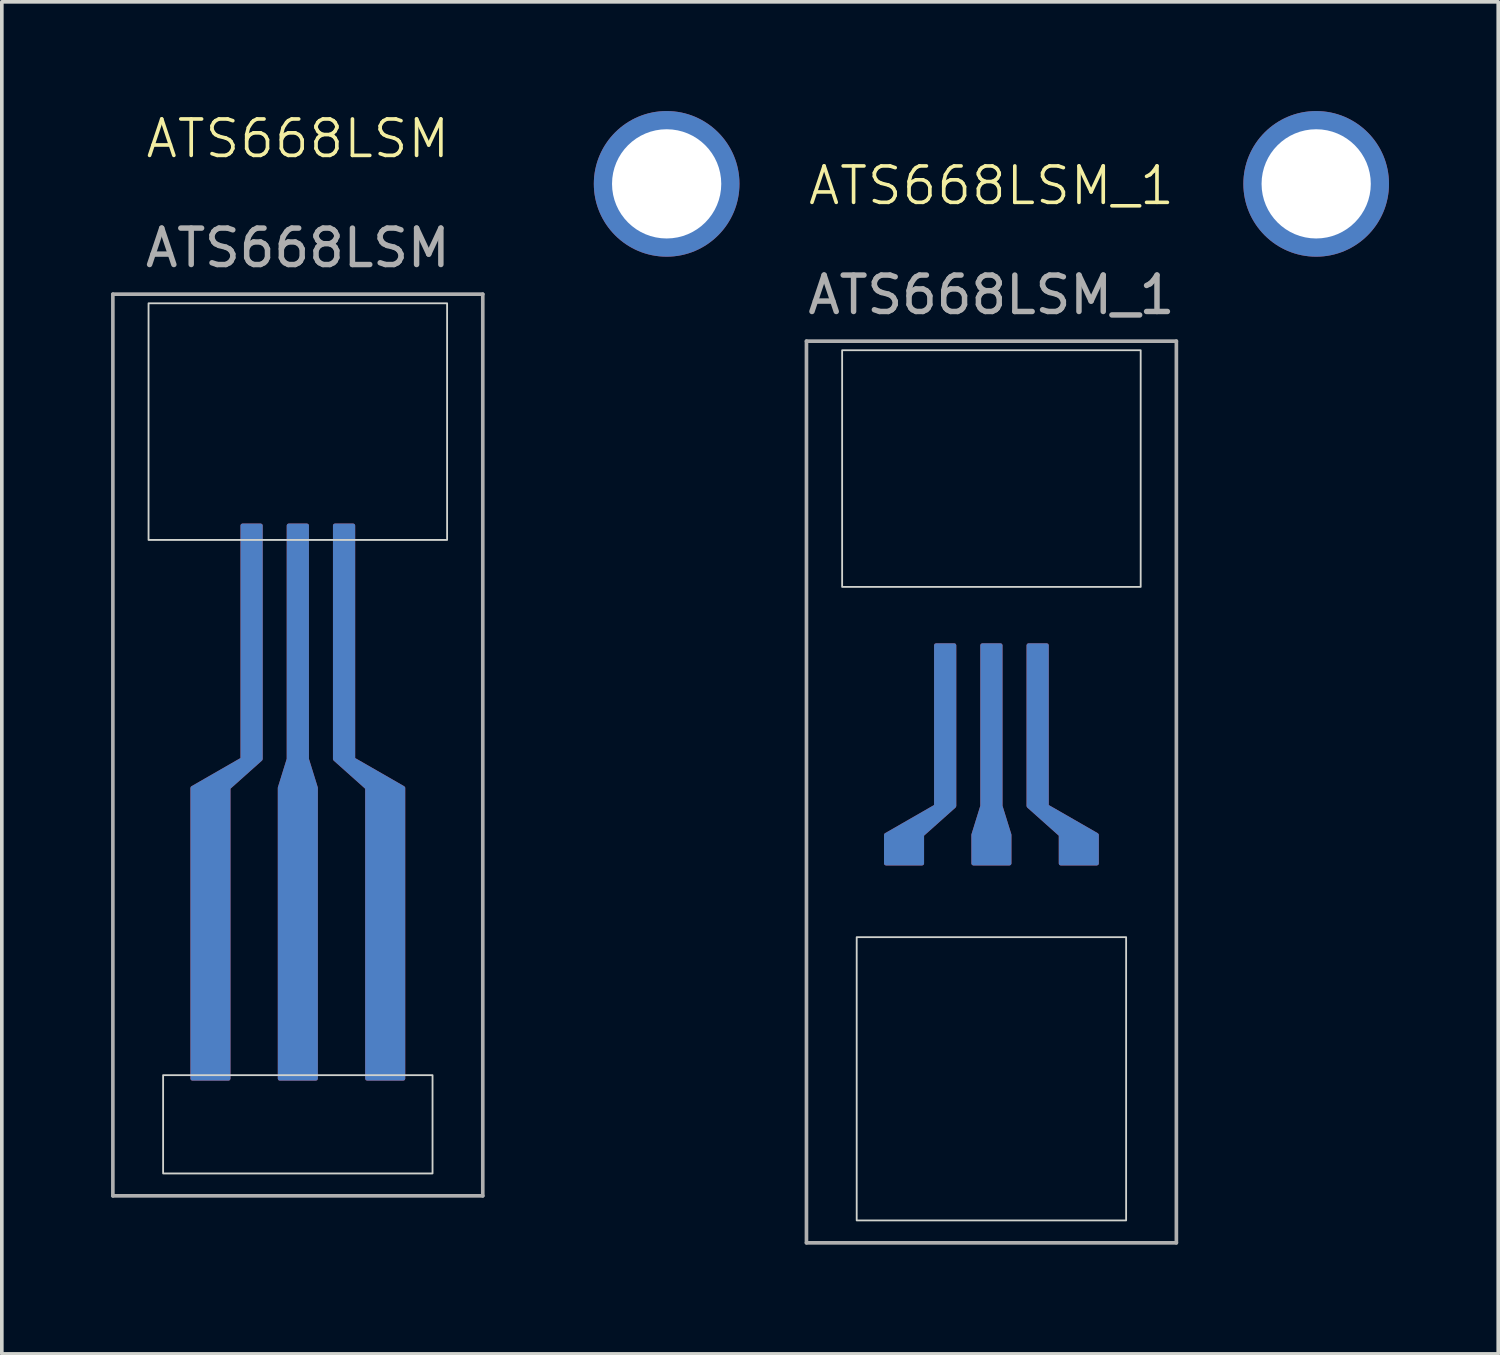
<source format=kicad_pcb>
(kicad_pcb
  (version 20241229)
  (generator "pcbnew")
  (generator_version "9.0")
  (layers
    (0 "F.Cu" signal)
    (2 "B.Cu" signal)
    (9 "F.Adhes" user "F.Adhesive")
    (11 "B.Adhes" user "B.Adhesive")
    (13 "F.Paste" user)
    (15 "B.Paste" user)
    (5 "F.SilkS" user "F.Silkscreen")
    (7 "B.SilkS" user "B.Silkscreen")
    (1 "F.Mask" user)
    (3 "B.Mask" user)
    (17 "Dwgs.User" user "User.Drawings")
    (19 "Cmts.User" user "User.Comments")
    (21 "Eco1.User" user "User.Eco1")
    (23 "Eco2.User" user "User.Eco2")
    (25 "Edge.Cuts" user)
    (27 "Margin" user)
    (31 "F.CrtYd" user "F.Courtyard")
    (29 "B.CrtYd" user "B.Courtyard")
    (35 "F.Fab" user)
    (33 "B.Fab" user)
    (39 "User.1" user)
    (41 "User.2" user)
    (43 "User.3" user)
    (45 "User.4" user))
  (footprint "ATS668LSM"
    (layer "F.Cu")
    (at 5.13 11.38)
    (property "Reference" "ATS668LSM" (at 0 -10.62 0) (unlocked yes) (layer "F.SilkS") (effects (font (size 1 1) (thickness 0.1))))
    (attr smd)
    (fp_rect (start -4.1 -6.1) (end 4.1 0.4) (stroke (width 0.05) (type default)) (fill no) (layer "Edge.Cuts"))
    (fp_rect (start -3.7 15.1) (end 3.7 17.8) (stroke (width 0.05) (type default)) (fill no) (layer "Edge.Cuts"))
    (fp_line (start -5.08 -6.35) (end 5.08 -6.35) (stroke (width 0.1) (type default)) (layer "F.Fab"))
    (fp_line (start -5.08 18.415) (end -5.08 -6.35) (stroke (width 0.1) (type default)) (layer "F.Fab"))
    (fp_line (start 5.08 -6.35) (end 5.08 18.415) (stroke (width 0.1) (type default)) (layer "F.Fab"))
    (fp_line (start 5.08 18.415) (end -5.08 18.415) (stroke (width 0.1) (type default)) (layer "F.Fab"))
    (fp_text user "${REFERENCE}" (at 0 -7.62 0) (unlocked yes) (layer "F.Fab") (effects (font (size 1 1) (thickness 0.15))))
    (pad "1" smd custom (at 1.27 0) (size 0.001 0.001) (layers "F.Cu" "F.Mask" "F.Paste") (options (anchor rect)) (primitives (gr_poly (pts (xy 0.255 0) (xy 0.255 6.42) (xy 1.63 7.21) (xy 1.63 15.2) (xy 0.63 15.2) (xy 0.63 7.21) (xy -0.255 6.42) (xy -0.255 0)) (width 0.1) (fill yes))))
    (pad "1" smd custom (at 1.27 0) (size 0.001 0.001) (layers "B.Cu" "B.Mask" "B.Paste") (options (anchor rect)) (primitives (gr_poly (pts (xy 0.255 0) (xy 0.255 6.42) (xy 1.63 7.21) (xy 1.63 15.2) (xy 0.63 15.2) (xy 0.63 7.21) (xy -0.255 6.42) (xy -0.255 0)) (width 0.1) (fill yes))))
    (pad "2" smd custom (at 0 0) (size 0.001 0.001) (layers "F.Cu" "F.Mask" "F.Paste") (options (anchor rect)) (primitives (gr_poly (pts (xy -0.255 0) (xy -0.255 6.42) (xy -0.5 7.21) (xy -0.5 15.2) (xy 0.5 15.2) (xy 0.5 7.21) (xy 0.255 6.42) (xy 0.255 0)) (width 0.1) (fill yes))))
    (pad "2" smd custom (at 0 0) (size 0.001 0.001) (layers "B.Cu" "B.Mask" "B.Paste") (options (anchor rect)) (primitives (gr_poly (pts (xy -0.255 0) (xy -0.255 6.42) (xy -0.5 7.21) (xy -0.5 15.2) (xy 0.5 15.2) (xy 0.5 7.21) (xy 0.255 6.42) (xy 0.255 0)) (width 0.1) (fill yes))))
    (pad "3" smd custom (at -1.27 0) (size 0.001 0.001) (layers "F.Cu" "F.Mask" "F.Paste") (options (anchor rect)) (primitives (gr_poly (pts (xy -0.255 0) (xy -0.255 6.42) (xy -1.63 7.21) (xy -1.63 15.2) (xy -0.63 15.2) (xy -0.63 7.21) (xy 0.255 6.42) (xy 0.255 0)) (width 0.1) (fill yes))))
    (pad "3" smd custom (at -1.27 0) (size 0.001 0.001) (layers "B.Cu" "B.Mask" "B.Paste") (options (anchor rect)) (primitives (gr_poly (pts (xy -0.255 0) (xy -0.255 6.42) (xy -1.63 7.21) (xy -1.63 15.2) (xy -0.63 15.2) (xy -0.63 7.21) (xy 0.255 6.42) (xy 0.255 0)) (width 0.1) (fill yes)))))
  (footprint "ATS668LSM_1"
    (layer "F.Cu")
    (at 24.18 12.67)
    (property "Reference" "ATS668LSM_1" (at 0 -10.62 0) (unlocked yes) (layer "F.SilkS") (effects (font (size 1 1) (thickness 0.1))))
    (attr smd)
    (fp_rect (start -4.1 -6.1) (end 4.1 0.4) (stroke (width 0.05) (type default)) (fill no) (layer "Edge.Cuts"))
    (fp_rect (start -3.7 10.02) (end 3.7 17.8) (stroke (width 0.05) (type default)) (fill no) (layer "Edge.Cuts"))
    (fp_line (start -5.08 -6.35) (end 5.08 -6.35) (stroke (width 0.1) (type default)) (layer "F.Fab"))
    (fp_line (start -5.08 18.415) (end -5.08 -6.35) (stroke (width 0.1) (type default)) (layer "F.Fab"))
    (fp_line (start 5.08 -6.35) (end 5.08 18.415) (stroke (width 0.1) (type default)) (layer "F.Fab"))
    (fp_line (start 5.08 18.415) (end -5.08 18.415) (stroke (width 0.1) (type default)) (layer "F.Fab"))
    (fp_text user "${REFERENCE}" (at 0 -7.62 0) (unlocked yes) (layer "F.Fab") (effects (font (size 1 1) (thickness 0.15))))
    (pad "0" thru_hole circle (at -8.92 -10.67) (size 4 4) (drill 3) (layers "*.Cu" "*.Mask"))
    (pad "0" thru_hole circle (at 8.92 -10.67) (size 4 4) (drill 3) (layers "*.Cu" "*.Mask"))
    (pad "1" smd custom (at 1.27 2) (size 0.001 0.001) (layers "F.Cu" "F.Mask" "F.Paste") (options (anchor rect)) (primitives (gr_poly (pts (xy 0.255 0) (xy 0.255 4.42) (xy 1.63 5.21) (xy 1.63 6) (xy 0.63 6) (xy 0.63 5.21) (xy -0.255 4.42) (xy -0.255 0)) (width 0.1) (fill yes))))
    (pad "1" smd custom (at 1.27 2) (size 0.001 0.001) (layers "B.Cu" "B.Mask" "B.Paste") (options (anchor rect)) (primitives (gr_poly (pts (xy 0.255 0) (xy 0.255 4.42) (xy 1.63 5.21) (xy 1.63 6) (xy 0.63 6) (xy 0.63 5.21) (xy -0.255 4.42) (xy -0.255 0)) (width 0.1) (fill yes))))
    (pad "2" smd custom (at 0 2) (size 0.1 0.1) (layers "F.Cu" "F.Mask" "F.Paste") (options (anchor rect)) (primitives (gr_poly (pts (xy -0.255 0) (xy -0.255 4.42) (xy -0.5 5.21) (xy -0.5 6) (xy 0.5 6) (xy 0.5 5.21) (xy 0.255 4.42) (xy 0.255 0)) (width 0.1) (fill yes))))
    (pad "2" smd custom (at 0 2) (size 0.1 0.1) (layers "B.Cu" "B.Mask" "B.Paste") (options (anchor rect)) (primitives (gr_poly (pts (xy -0.255 0) (xy -0.255 4.42) (xy -0.5 5.21) (xy -0.5 6) (xy 0.5 6) (xy 0.5 5.21) (xy 0.255 4.42) (xy 0.255 0)) (width 0.1) (fill yes))))
    (pad "3" smd custom (at -1.27 2.5) (size 0.5 0.5) (layers "F.Cu" "F.Mask" "F.Paste") (options (anchor rect)) (primitives (gr_poly (pts (xy -0.255 -0.5) (xy -0.255 3.92) (xy -1.63 4.71) (xy -1.63 5.5) (xy -0.63 5.5) (xy -0.63 4.71) (xy 0.255 3.92) (xy 0.255 -0.5)) (width 0.1) (fill yes))))
    (pad "3" smd custom (at -1.27 2.5) (size 0.5 0.5) (layers "B.Cu" "B.Mask" "B.Paste") (options (anchor rect)) (primitives (gr_poly (pts (xy -0.255 -0.5) (xy -0.255 3.92) (xy -1.63 4.71) (xy -1.63 5.5) (xy -0.63 5.5) (xy -0.63 4.71) (xy 0.255 3.92) (xy 0.255 -0.5)) (width 0.1) (fill yes)))))
  (gr_rect
    (start -3 -3)
    (end 38.1 34.135)
    (stroke (width 0.1) (type default))
    (fill no)
    (layer "Edge.Cuts")))
</source>
